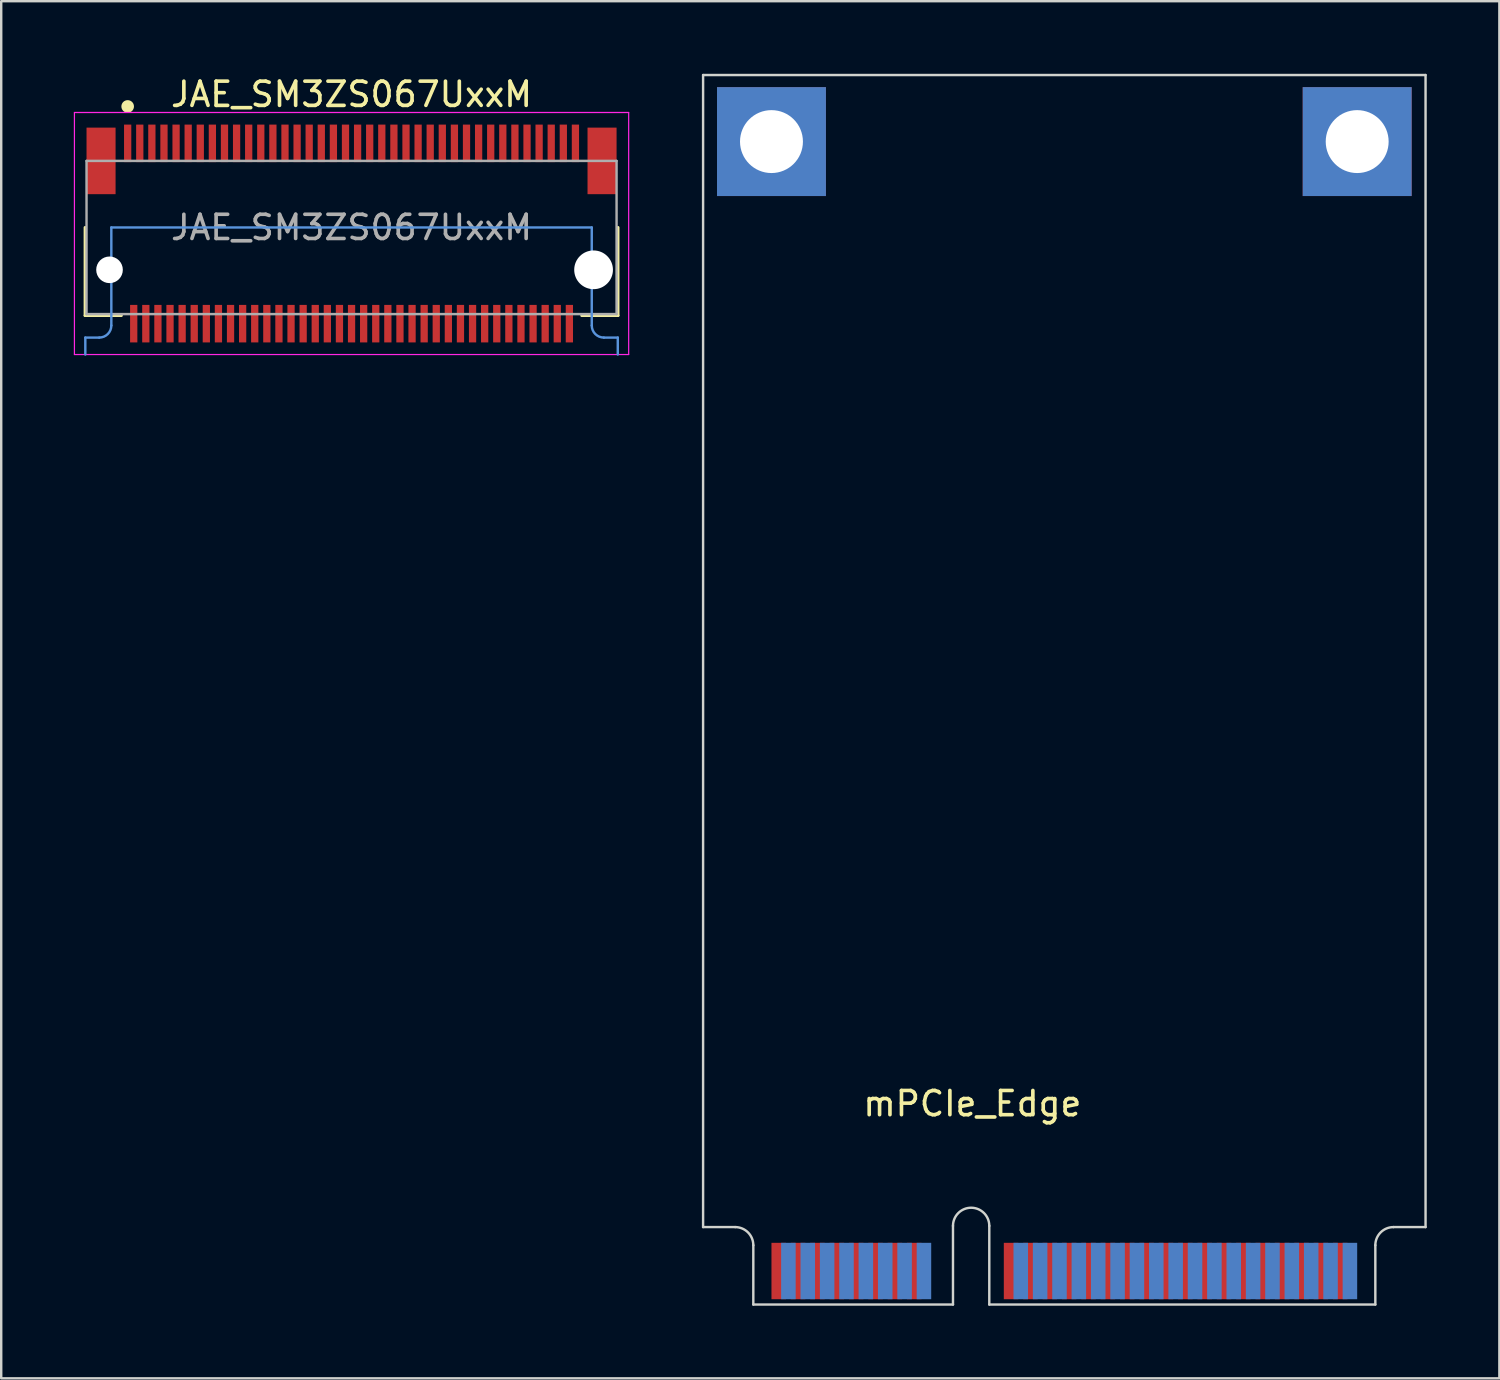
<source format=kicad_pcb>
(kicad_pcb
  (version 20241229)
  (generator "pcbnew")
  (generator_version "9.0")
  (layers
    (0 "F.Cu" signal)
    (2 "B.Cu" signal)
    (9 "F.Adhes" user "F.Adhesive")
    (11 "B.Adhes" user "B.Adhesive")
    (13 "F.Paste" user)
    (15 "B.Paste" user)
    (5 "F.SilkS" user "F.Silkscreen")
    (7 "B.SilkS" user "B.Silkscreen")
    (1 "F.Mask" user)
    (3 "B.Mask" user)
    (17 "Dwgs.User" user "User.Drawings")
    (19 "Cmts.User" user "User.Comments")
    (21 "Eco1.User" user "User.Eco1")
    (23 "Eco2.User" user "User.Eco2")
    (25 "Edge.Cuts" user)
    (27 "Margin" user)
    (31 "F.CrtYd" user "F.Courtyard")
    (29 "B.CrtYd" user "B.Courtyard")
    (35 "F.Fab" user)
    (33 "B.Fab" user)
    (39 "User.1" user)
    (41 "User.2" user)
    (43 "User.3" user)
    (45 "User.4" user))
  (footprint "mPCIe_Edge"
    (layer "F.Cu")
    (at 37.075 46.85)
    (property "Reference" "mPCIe_Edge" (at 0.05 -4.3 0) (unlocked yes) (layer "F.SilkS") (effects (font (size 1 1) (thickness 0.15))))
    (attr exclude_from_pos_files exclude_from_bom)
    (fp_line (start -11.075 -46.8) (end 18.775 -46.8) (stroke (width 0.1) (type solid)) (layer "Edge.Cuts"))
    (fp_line (start -11.075 0.8) (end -11.075 -46.8) (stroke (width 0.1) (type solid)) (layer "Edge.Cuts"))
    (fp_line (start -11.075 0.8) (end -9.75 0.8) (stroke (width 0.1) (type solid)) (layer "Edge.Cuts"))
    (fp_line (start -9 4) (end -9 1.55) (stroke (width 0.1) (type solid)) (layer "Edge.Cuts"))
    (fp_line (start -0.75 0.75) (end -0.75 4) (stroke (width 0.1) (type solid)) (layer "Edge.Cuts"))
    (fp_line (start -0.75 4) (end -9 4) (stroke (width 0.1) (type solid)) (layer "Edge.Cuts"))
    (fp_line (start 0.75 0.75) (end 0.75 4) (stroke (width 0.1) (type solid)) (layer "Edge.Cuts"))
    (fp_line (start 0.75 4) (end 16.7 4) (stroke (width 0.1) (type solid)) (layer "Edge.Cuts"))
    (fp_line (start 16.7 4) (end 16.7 1.55) (stroke (width 0.1) (type solid)) (layer "Edge.Cuts"))
    (fp_line (start 17.45 0.8) (end 18.775 0.8) (stroke (width 0.1) (type solid)) (layer "Edge.Cuts"))
    (fp_line (start 18.775 0.8) (end 18.775 -46.8) (stroke (width 0.1) (type solid)) (layer "Edge.Cuts"))
    (fp_arc (start -9.75 0.8) (mid -9.21967 1.01967) (end -9 1.55) (stroke (width 0.1) (type solid)) (layer "Edge.Cuts"))
    (fp_arc (start -0.75 0.75) (mid 0 0) (end 0.75 0.75) (stroke (width 0.1) (type solid)) (layer "Edge.Cuts"))
    (fp_arc (start 16.7 1.55) (mid 16.91967 1.01967) (end 17.45 0.8) (stroke (width 0.1) (type solid)) (layer "Edge.Cuts"))
    (pad "1" smd rect (at -7.95 2.615) (size 0.6 2.33) (layers "F.Cu" "F.Mask" "F.Paste"))
    (pad "2" smd rect (at -7.55 2.615) (size 0.6 2.33) (layers "B.Cu" "B.Mask" "B.Paste"))
    (pad "3" smd rect (at -7.15 2.615) (size 0.6 2.33) (layers "F.Cu" "F.Mask" "F.Paste"))
    (pad "4" smd rect (at -6.75 2.615) (size 0.6 2.33) (layers "B.Cu" "B.Mask" "B.Paste"))
    (pad "5" smd rect (at -6.35 2.615) (size 0.6 2.33) (layers "F.Cu" "F.Mask" "F.Paste"))
    (pad "6" smd rect (at -5.95 2.615) (size 0.6 2.33) (layers "B.Cu" "B.Mask" "B.Paste"))
    (pad "7" smd rect (at -5.55 2.615) (size 0.6 2.33) (layers "F.Cu" "F.Mask" "F.Paste"))
    (pad "8" smd rect (at -5.15 2.615) (size 0.6 2.33) (layers "B.Cu" "B.Mask" "B.Paste"))
    (pad "9" smd rect (at -4.75 2.615) (size 0.6 2.33) (layers "F.Cu" "F.Mask" "F.Paste"))
    (pad "10" smd rect (at -4.35 2.615) (size 0.6 2.33) (layers "B.Cu" "B.Mask" "B.Paste"))
    (pad "11" smd rect (at -3.95 2.615) (size 0.6 2.33) (layers "F.Cu" "F.Mask" "F.Paste"))
    (pad "12" smd rect (at -3.55 2.615) (size 0.6 2.33) (layers "B.Cu" "B.Mask" "B.Paste"))
    (pad "13" smd rect (at -3.15 2.615) (size 0.6 2.33) (layers "F.Cu" "F.Mask" "F.Paste"))
    (pad "14" smd rect (at -2.75 2.615) (size 0.6 2.33) (layers "B.Cu" "B.Mask" "B.Paste"))
    (pad "15" smd rect (at -2.35 2.615) (size 0.6 2.33) (layers "F.Cu" "F.Mask" "F.Paste"))
    (pad "16" smd rect (at -1.95 2.615) (size 0.6 2.33) (layers "B.Cu" "B.Mask" "B.Paste"))
    (pad "17" smd rect (at 1.65 2.615) (size 0.6 2.33) (layers "F.Cu" "F.Mask" "F.Paste"))
    (pad "18" smd rect (at 2.05 2.615) (size 0.6 2.33) (layers "B.Cu" "B.Mask" "B.Paste"))
    (pad "19" smd rect (at 2.45 2.615) (size 0.6 2.33) (layers "F.Cu" "F.Mask" "F.Paste"))
    (pad "20" smd rect (at 2.85 2.615) (size 0.6 2.33) (layers "B.Cu" "B.Mask" "B.Paste"))
    (pad "21" smd rect (at 3.25 2.615) (size 0.6 2.33) (layers "F.Cu" "F.Mask" "F.Paste"))
    (pad "22" smd rect (at 3.65 2.615) (size 0.6 2.33) (layers "B.Cu" "B.Mask" "B.Paste"))
    (pad "23" smd rect (at 4.05 2.615) (size 0.6 2.33) (layers "F.Cu" "F.Mask" "F.Paste"))
    (pad "24" smd rect (at 4.45 2.615) (size 0.6 2.33) (layers "B.Cu" "B.Mask" "B.Paste"))
    (pad "25" smd rect (at 4.85 2.615) (size 0.6 2.33) (layers "F.Cu" "F.Mask" "F.Paste"))
    (pad "26" smd rect (at 5.25 2.615) (size 0.6 2.33) (layers "B.Cu" "B.Mask" "B.Paste"))
    (pad "27" smd rect (at 5.65 2.615) (size 0.6 2.33) (layers "F.Cu" "F.Mask" "F.Paste"))
    (pad "28" smd rect (at 6.05 2.615) (size 0.6 2.33) (layers "B.Cu" "B.Mask" "B.Paste"))
    (pad "29" smd rect (at 6.45 2.615) (size 0.6 2.33) (layers "F.Cu" "F.Mask" "F.Paste"))
    (pad "30" smd rect (at 6.85 2.615) (size 0.6 2.33) (layers "B.Cu" "B.Mask" "B.Paste"))
    (pad "31" smd rect (at 7.25 2.615) (size 0.6 2.33) (layers "F.Cu" "F.Mask" "F.Paste"))
    (pad "32" smd rect (at 7.65 2.615) (size 0.6 2.33) (layers "B.Cu" "B.Mask" "B.Paste"))
    (pad "33" smd rect (at 8.05 2.615) (size 0.6 2.33) (layers "F.Cu" "F.Mask" "F.Paste"))
    (pad "34" smd rect (at 8.45 2.615) (size 0.6 2.33) (layers "B.Cu" "B.Mask" "B.Paste"))
    (pad "35" smd rect (at 8.85 2.615) (size 0.6 2.33) (layers "F.Cu" "F.Mask" "F.Paste"))
    (pad "36" smd rect (at 9.25 2.615) (size 0.6 2.33) (layers "B.Cu" "B.Mask" "B.Paste"))
    (pad "37" smd rect (at 9.65 2.615) (size 0.6 2.33) (layers "F.Cu" "F.Mask" "F.Paste"))
    (pad "38" smd rect (at 10.05 2.615) (size 0.6 2.33) (layers "B.Cu" "B.Mask" "B.Paste"))
    (pad "39" smd rect (at 10.45 2.615) (size 0.6 2.33) (layers "F.Cu" "F.Mask" "F.Paste"))
    (pad "40" smd rect (at 10.85 2.615) (size 0.6 2.33) (layers "B.Cu" "B.Mask" "B.Paste"))
    (pad "41" smd rect (at 11.25 2.615) (size 0.6 2.33) (layers "F.Cu" "F.Mask" "F.Paste"))
    (pad "42" smd rect (at 11.65 2.615) (size 0.6 2.33) (layers "B.Cu" "B.Mask" "B.Paste"))
    (pad "43" smd rect (at 12.05 2.615) (size 0.6 2.33) (layers "F.Cu" "F.Mask" "F.Paste"))
    (pad "44" smd rect (at 12.45 2.615) (size 0.6 2.33) (layers "B.Cu" "B.Mask" "B.Paste"))
    (pad "45" smd rect (at 12.85 2.615) (size 0.6 2.33) (layers "F.Cu" "F.Mask" "F.Paste"))
    (pad "46" smd rect (at 13.25 2.615) (size 0.6 2.33) (layers "B.Cu" "B.Mask" "B.Paste"))
    (pad "47" smd rect (at 13.65 2.615) (size 0.6 2.33) (layers "F.Cu" "F.Mask" "F.Paste"))
    (pad "48" smd rect (at 14.05 2.615) (size 0.6 2.33) (layers "B.Cu" "B.Mask" "B.Paste"))
    (pad "49" smd rect (at 14.45 2.615) (size 0.6 2.33) (layers "F.Cu" "F.Mask" "F.Paste"))
    (pad "50" smd rect (at 14.85 2.615) (size 0.6 2.33) (layers "B.Cu" "B.Mask" "B.Paste"))
    (pad "51" smd rect (at 15.25 2.615) (size 0.6 2.33) (layers "F.Cu" "F.Mask" "F.Paste"))
    (pad "52" smd rect (at 15.65 2.615) (size 0.6 2.33) (layers "B.Cu" "B.Mask" "B.Paste"))
    (pad "MH" thru_hole rect (at -8.25 -44.05) (size 4.5 4.5) (drill 2.6) (layers "*.Cu" "*.Mask"))
    (pad "MH" thru_hole rect (at 15.95 -44.05) (size 4.5 4.5) (drill 2.6) (layers "*.Cu" "*.Mask")))
  (footprint "JAE_SM3ZS067UxxM"
    (layer "F.Cu")
    (at 11.475 6.348)
    (property "Reference" "JAE_SM3ZS067UxxM" (at 0 -5.5 0) (unlocked yes) (layer "F.SilkS") (effects (font (size 1 1) (thickness 0.15))))
    (attr smd)
    (fp_line (start -11.01 0) (end -11.01 3.64) (stroke (width 0.12) (type solid)) (layer "F.SilkS"))
    (fp_line (start -11.01 3.64) (end -9.51 3.64) (stroke (width 0.12) (type solid)) (layer "F.SilkS"))
    (fp_line (start 11.01 0) (end 11.01 3.64) (stroke (width 0.12) (type solid)) (layer "F.SilkS"))
    (fp_line (start 11.01 3.64) (end 9.51 3.64) (stroke (width 0.12) (type solid)) (layer "F.SilkS"))
    (fp_circle (center -9.25 -5) (end -9.05 -5) (stroke (width 0.12) (type solid)) (fill yes) (layer "F.SilkS"))
    (fp_line (start -11 4.55) (end -11 5.25) (stroke (width 0.1) (type solid)) (layer "Cmts.User"))
    (fp_line (start -10.425 4.55) (end -11 4.55) (stroke (width 0.1) (type solid)) (layer "Cmts.User"))
    (fp_line (start -9.925 0) (end -9.925 4.05) (stroke (width 0.1) (type solid)) (layer "Cmts.User"))
    (fp_line (start -9.925 0) (end 9.925 0) (stroke (width 0.1) (type solid)) (layer "Cmts.User"))
    (fp_line (start 9.925 0) (end 9.925 4.05) (stroke (width 0.1) (type solid)) (layer "Cmts.User"))
    (fp_line (start 11 4.55) (end 10.425 4.55) (stroke (width 0.1) (type solid)) (layer "Cmts.User"))
    (fp_line (start 11 4.55) (end 11 5.25) (stroke (width 0.1) (type solid)) (layer "Cmts.User"))
    (fp_arc (start -9.925 4.05) (mid -10.071447 4.403553) (end -10.425 4.55) (stroke (width 0.1) (type solid)) (layer "Cmts.User"))
    (fp_arc (start 10.425 4.55) (mid 10.071447 4.403553) (end 9.925 4.05) (stroke (width 0.1) (type solid)) (layer "Cmts.User"))
    (fp_line (start -11.45 -4.75) (end 11.45 -4.75) (stroke (width 0.05) (type solid)) (layer "F.CrtYd"))
    (fp_line (start -11.45 5.25) (end -11.45 -4.75) (stroke (width 0.05) (type solid)) (layer "F.CrtYd"))
    (fp_line (start 11.45 5.25) (end -11.45 5.25) (stroke (width 0.05) (type solid)) (layer "F.CrtYd"))
    (fp_line (start 11.45 5.25) (end 11.45 -4.75) (stroke (width 0.05) (type solid)) (layer "F.CrtYd"))
    (fp_line (start -10.95 -2.75) (end -10.95 3.58) (stroke (width 0.1) (type solid)) (layer "F.Fab"))
    (fp_line (start 10.95 -2.75) (end -10.95 -2.75) (stroke (width 0.1) (type solid)) (layer "F.Fab"))
    (fp_line (start 10.95 3.58) (end -10.95 3.58) (stroke (width 0.1) (type solid)) (layer "F.Fab"))
    (fp_line (start 10.95 3.58) (end 10.95 -2.75) (stroke (width 0.1) (type solid)) (layer "F.Fab"))
    (fp_text user "${REFERENCE}" (at 0 0 0) (unlocked yes) (layer "F.Fab") (effects (font (size 1 1) (thickness 0.15))))
    (pad "" np_thru_hole circle (at -10 1.75) (size 1.1 1.1) (drill 1.1) (layers "*.Cu" "*.Mask"))
    (pad "" np_thru_hole circle (at 10 1.75) (size 1.6 1.6) (drill 1.6) (layers "*.Cu" "*.Mask"))
    (pad "1" smd rect (at -9.25 -3.475) (size 0.3 1.55) (layers "F.Cu" "F.Mask" "F.Paste"))
    (pad "2" smd rect (at -9 3.975) (size 0.3 1.55) (layers "F.Cu" "F.Mask" "F.Paste"))
    (pad "3" smd rect (at -8.75 -3.475) (size 0.3 1.55) (layers "F.Cu" "F.Mask" "F.Paste"))
    (pad "4" smd rect (at -8.5 3.975) (size 0.3 1.55) (layers "F.Cu" "F.Mask" "F.Paste"))
    (pad "5" smd rect (at -8.25 -3.475) (size 0.3 1.55) (layers "F.Cu" "F.Mask" "F.Paste"))
    (pad "6" smd rect (at -8 3.975) (size 0.3 1.55) (layers "F.Cu" "F.Mask" "F.Paste"))
    (pad "7" smd rect (at -7.75 -3.475) (size 0.3 1.55) (layers "F.Cu" "F.Mask" "F.Paste"))
    (pad "8" smd rect (at -7.5 3.975) (size 0.3 1.55) (layers "F.Cu" "F.Mask" "F.Paste"))
    (pad "9" smd rect (at -7.25 -3.475) (size 0.3 1.55) (layers "F.Cu" "F.Mask" "F.Paste"))
    (pad "10" smd rect (at -7 3.975) (size 0.3 1.55) (layers "F.Cu" "F.Mask" "F.Paste"))
    (pad "11" smd rect (at -6.75 -3.475) (size 0.3 1.55) (layers "F.Cu" "F.Mask" "F.Paste"))
    (pad "12" smd rect (at -6.5 3.975) (size 0.3 1.55) (layers "F.Cu" "F.Mask" "F.Paste"))
    (pad "13" smd rect (at -6.25 -3.475) (size 0.3 1.55) (layers "F.Cu" "F.Mask" "F.Paste"))
    (pad "14" smd rect (at -6 3.975) (size 0.3 1.55) (layers "F.Cu" "F.Mask" "F.Paste"))
    (pad "15" smd rect (at -5.75 -3.475) (size 0.3 1.55) (layers "F.Cu" "F.Mask" "F.Paste"))
    (pad "16" smd rect (at -5.5 3.975) (size 0.3 1.55) (layers "F.Cu" "F.Mask" "F.Paste"))
    (pad "17" smd rect (at -5.25 -3.475) (size 0.3 1.55) (layers "F.Cu" "F.Mask" "F.Paste"))
    (pad "18" smd rect (at -5 3.975) (size 0.3 1.55) (layers "F.Cu" "F.Mask" "F.Paste"))
    (pad "19" smd rect (at -4.75 -3.475) (size 0.3 1.55) (layers "F.Cu" "F.Mask" "F.Paste"))
    (pad "20" smd rect (at -4.5 3.975) (size 0.3 1.55) (layers "F.Cu" "F.Mask" "F.Paste"))
    (pad "21" smd rect (at -4.25 -3.475) (size 0.3 1.55) (layers "F.Cu" "F.Mask" "F.Paste"))
    (pad "22" smd rect (at -4 3.975) (size 0.3 1.55) (layers "F.Cu" "F.Mask" "F.Paste"))
    (pad "23" smd rect (at -3.75 -3.475) (size 0.3 1.55) (layers "F.Cu" "F.Mask" "F.Paste"))
    (pad "24" smd rect (at -3.5 3.975) (size 0.3 1.55) (layers "F.Cu" "F.Mask" "F.Paste"))
    (pad "25" smd rect (at -3.25 -3.475) (size 0.3 1.55) (layers "F.Cu" "F.Mask" "F.Paste"))
    (pad "26" smd rect (at -3 3.975) (size 0.3 1.55) (layers "F.Cu" "F.Mask" "F.Paste"))
    (pad "27" smd rect (at -2.75 -3.475) (size 0.3 1.55) (layers "F.Cu" "F.Mask" "F.Paste"))
    (pad "28" smd rect (at -2.5 3.975) (size 0.3 1.55) (layers "F.Cu" "F.Mask" "F.Paste"))
    (pad "29" smd rect (at -2.25 -3.475) (size 0.3 1.55) (layers "F.Cu" "F.Mask" "F.Paste"))
    (pad "30" smd rect (at -2 3.975) (size 0.3 1.55) (layers "F.Cu" "F.Mask" "F.Paste"))
    (pad "31" smd rect (at -1.75 -3.475) (size 0.3 1.55) (layers "F.Cu" "F.Mask" "F.Paste"))
    (pad "32" smd rect (at -1.5 3.975) (size 0.3 1.55) (layers "F.Cu" "F.Mask" "F.Paste"))
    (pad "33" smd rect (at -1.25 -3.475) (size 0.3 1.55) (layers "F.Cu" "F.Mask" "F.Paste"))
    (pad "34" smd rect (at -1 3.975) (size 0.3 1.55) (layers "F.Cu" "F.Mask" "F.Paste"))
    (pad "35" smd rect (at -0.75 -3.475) (size 0.3 1.55) (layers "F.Cu" "F.Mask" "F.Paste"))
    (pad "36" smd rect (at -0.5 3.975) (size 0.3 1.55) (layers "F.Cu" "F.Mask" "F.Paste"))
    (pad "37" smd rect (at -0.25 -3.475) (size 0.3 1.55) (layers "F.Cu" "F.Mask" "F.Paste"))
    (pad "38" smd rect (at 0 3.975) (size 0.3 1.55) (layers "F.Cu" "F.Mask" "F.Paste"))
    (pad "39" smd rect (at 0.25 -3.475) (size 0.3 1.55) (layers "F.Cu" "F.Mask" "F.Paste"))
    (pad "40" smd rect (at 0.5 3.975) (size 0.3 1.55) (layers "F.Cu" "F.Mask" "F.Paste"))
    (pad "41" smd rect (at 0.75 -3.475) (size 0.3 1.55) (layers "F.Cu" "F.Mask" "F.Paste"))
    (pad "42" smd rect (at 1 3.975) (size 0.3 1.55) (layers "F.Cu" "F.Mask" "F.Paste"))
    (pad "43" smd rect (at 1.25 -3.475) (size 0.3 1.55) (layers "F.Cu" "F.Mask" "F.Paste"))
    (pad "44" smd rect (at 1.5 3.975) (size 0.3 1.55) (layers "F.Cu" "F.Mask" "F.Paste"))
    (pad "45" smd rect (at 1.75 -3.475) (size 0.3 1.55) (layers "F.Cu" "F.Mask" "F.Paste"))
    (pad "46" smd rect (at 2 3.975) (size 0.3 1.55) (layers "F.Cu" "F.Mask" "F.Paste"))
    (pad "47" smd rect (at 2.25 -3.475) (size 0.3 1.55) (layers "F.Cu" "F.Mask" "F.Paste"))
    (pad "48" smd rect (at 2.5 3.975) (size 0.3 1.55) (layers "F.Cu" "F.Mask" "F.Paste"))
    (pad "49" smd rect (at 2.75 -3.475) (size 0.3 1.55) (layers "F.Cu" "F.Mask" "F.Paste"))
    (pad "50" smd rect (at 3 3.975) (size 0.3 1.55) (layers "F.Cu" "F.Mask" "F.Paste"))
    (pad "51" smd rect (at 3.25 -3.475) (size 0.3 1.55) (layers "F.Cu" "F.Mask" "F.Paste"))
    (pad "52" smd rect (at 3.5 3.975) (size 0.3 1.55) (layers "F.Cu" "F.Mask" "F.Paste"))
    (pad "53" smd rect (at 3.75 -3.475) (size 0.3 1.55) (layers "F.Cu" "F.Mask" "F.Paste"))
    (pad "54" smd rect (at 4 3.975) (size 0.3 1.55) (layers "F.Cu" "F.Mask" "F.Paste"))
    (pad "55" smd rect (at 4.25 -3.475) (size 0.3 1.55) (layers "F.Cu" "F.Mask" "F.Paste"))
    (pad "56" smd rect (at 4.5 3.975) (size 0.3 1.55) (layers "F.Cu" "F.Mask" "F.Paste"))
    (pad "57" smd rect (at 4.75 -3.475) (size 0.3 1.55) (layers "F.Cu" "F.Mask" "F.Paste"))
    (pad "58" smd rect (at 5 3.975) (size 0.3 1.55) (layers "F.Cu" "F.Mask" "F.Paste"))
    (pad "59" smd rect (at 5.25 -3.475) (size 0.3 1.55) (layers "F.Cu" "F.Mask" "F.Paste"))
    (pad "60" smd rect (at 5.5 3.975) (size 0.3 1.55) (layers "F.Cu" "F.Mask" "F.Paste"))
    (pad "61" smd rect (at 5.75 -3.475) (size 0.3 1.55) (layers "F.Cu" "F.Mask" "F.Paste"))
    (pad "62" smd rect (at 6 3.975) (size 0.3 1.55) (layers "F.Cu" "F.Mask" "F.Paste"))
    (pad "63" smd rect (at 6.25 -3.475) (size 0.3 1.55) (layers "F.Cu" "F.Mask" "F.Paste"))
    (pad "64" smd rect (at 6.5 3.975) (size 0.3 1.55) (layers "F.Cu" "F.Mask" "F.Paste"))
    (pad "65" smd rect (at 6.75 -3.475) (size 0.3 1.55) (layers "F.Cu" "F.Mask" "F.Paste"))
    (pad "66" smd rect (at 7 3.975) (size 0.3 1.55) (layers "F.Cu" "F.Mask" "F.Paste"))
    (pad "67" smd rect (at 7.25 -3.475) (size 0.3 1.55) (layers "F.Cu" "F.Mask" "F.Paste"))
    (pad "68" smd rect (at 7.5 3.975) (size 0.3 1.55) (layers "F.Cu" "F.Mask" "F.Paste"))
    (pad "69" smd rect (at 7.75 -3.475) (size 0.3 1.55) (layers "F.Cu" "F.Mask" "F.Paste"))
    (pad "70" smd rect (at 8 3.975) (size 0.3 1.55) (layers "F.Cu" "F.Mask" "F.Paste"))
    (pad "71" smd rect (at 8.25 -3.475) (size 0.3 1.55) (layers "F.Cu" "F.Mask" "F.Paste"))
    (pad "72" smd rect (at 8.5 3.975) (size 0.3 1.55) (layers "F.Cu" "F.Mask" "F.Paste"))
    (pad "73" smd rect (at 8.75 -3.475) (size 0.3 1.55) (layers "F.Cu" "F.Mask" "F.Paste"))
    (pad "74" smd rect (at 9 3.975) (size 0.3 1.55) (layers "F.Cu" "F.Mask" "F.Paste"))
    (pad "75" smd rect (at 9.25 -3.475) (size 0.3 1.55) (layers "F.Cu" "F.Mask" "F.Paste"))
    (pad "MP" smd rect (at -10.35 -2.75) (size 1.2 2.75) (layers "F.Cu" "F.Mask" "F.Paste"))
    (pad "MP" smd rect (at 10.35 -2.75) (size 1.2 2.75) (layers "F.Cu" "F.Mask" "F.Paste")))
  (gr_rect
    (start -3 -3)
    (end 58.9 53.9)
    (stroke (width 0.1) (type default))
    (fill no)
    (layer "Edge.Cuts")))
</source>
